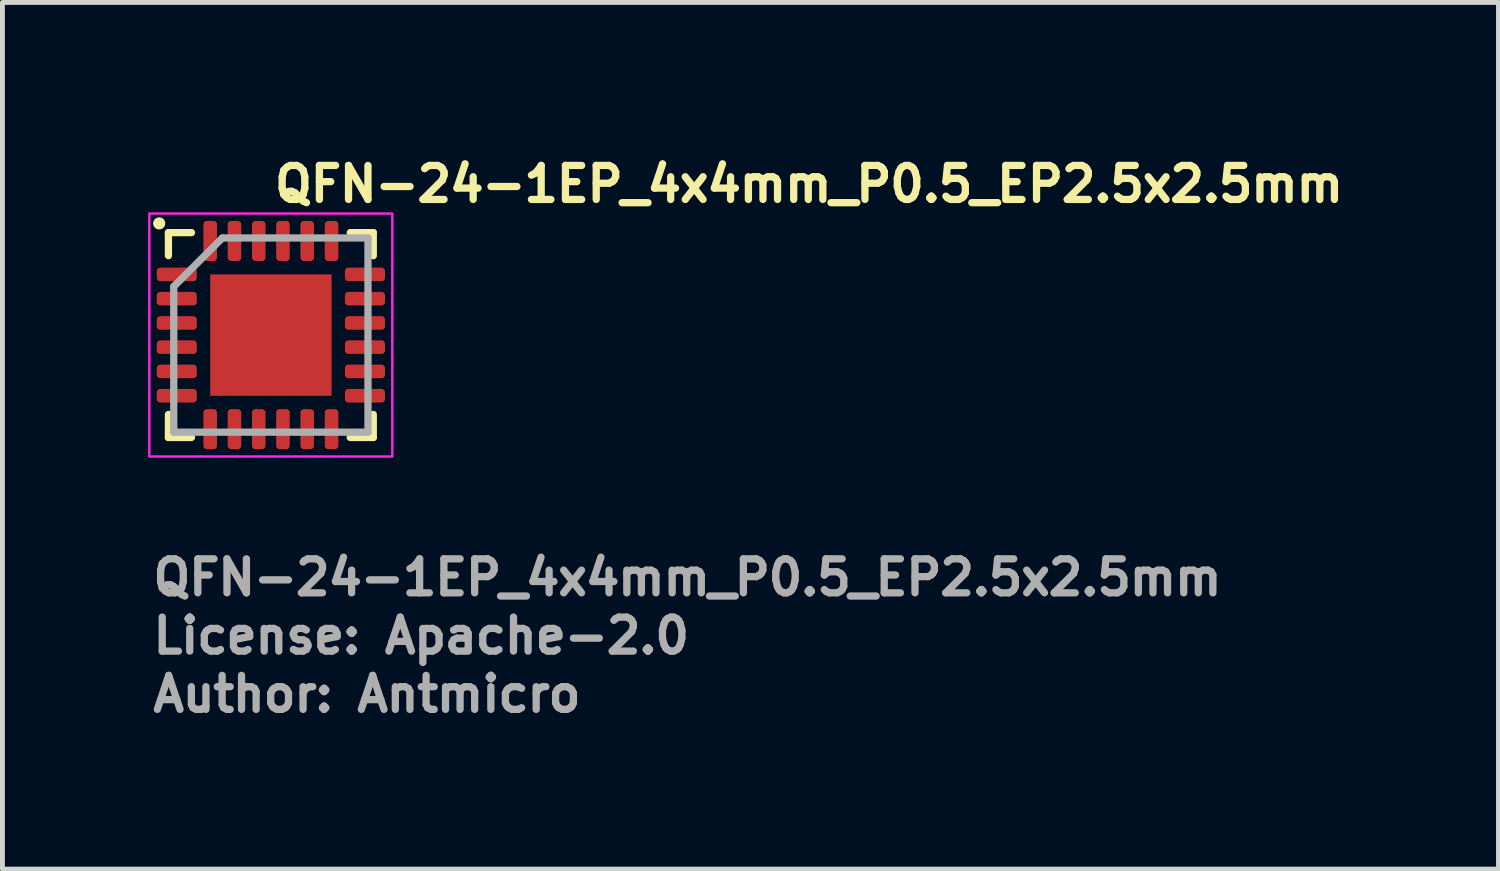
<source format=kicad_pcb>
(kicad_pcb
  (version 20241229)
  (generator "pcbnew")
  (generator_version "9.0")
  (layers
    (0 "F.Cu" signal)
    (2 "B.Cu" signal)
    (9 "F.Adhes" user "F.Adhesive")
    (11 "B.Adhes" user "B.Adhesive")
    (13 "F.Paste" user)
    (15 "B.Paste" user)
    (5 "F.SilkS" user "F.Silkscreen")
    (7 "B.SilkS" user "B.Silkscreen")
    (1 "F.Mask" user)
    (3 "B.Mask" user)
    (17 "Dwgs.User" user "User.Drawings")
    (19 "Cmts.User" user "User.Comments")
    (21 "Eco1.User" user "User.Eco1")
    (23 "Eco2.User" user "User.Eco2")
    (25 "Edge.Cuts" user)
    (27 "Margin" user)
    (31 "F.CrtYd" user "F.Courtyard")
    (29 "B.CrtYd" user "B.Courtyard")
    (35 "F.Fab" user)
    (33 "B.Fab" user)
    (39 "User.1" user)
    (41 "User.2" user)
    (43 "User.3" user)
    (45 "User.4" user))
  (footprint "QFN-24-1EP_4x4mm_P0.5_EP2.5x2.5mm"
    (layer "F.Cu")
    (at 2.528 3.85)
    (property "Reference" "QFN-24-1EP_4x4mm_P0.5_EP2.5x2.5mm" (at 0 -2.7 0) (layer "F.SilkS") (effects (font (size 0.7 0.7) (thickness 0.15)) (justify left bottom)))
    (attr smd)
    (fp_line (start -2.11 -1.636) (end -2.11 -2.11) (stroke (width 0.15) (type solid)) (layer "F.SilkS"))
    (fp_line (start -2.11 2.108) (end -2.11 1.634) (stroke (width 0.15) (type solid)) (layer "F.SilkS"))
    (fp_line (start -1.635 -2.11) (end -2.11 -2.11) (stroke (width 0.15) (type solid)) (layer "F.SilkS"))
    (fp_line (start -1.635 2.108) (end -2.11 2.108) (stroke (width 0.15) (type solid)) (layer "F.SilkS"))
    (fp_line (start 1.634 -2.11) (end 2.108 -2.11) (stroke (width 0.15) (type solid)) (layer "F.SilkS"))
    (fp_line (start 1.634 2.108) (end 2.108 2.108) (stroke (width 0.15) (type solid)) (layer "F.SilkS"))
    (fp_line (start 2.108 -2.11) (end 2.108 -1.635) (stroke (width 0.15) (type solid)) (layer "F.SilkS"))
    (fp_line (start 2.108 2.108) (end 2.108 1.634) (stroke (width 0.15) (type solid)) (layer "F.SilkS"))
    (fp_circle (center -2.3 -2.3) (end -2.25 -2.3) (stroke (width 0.15) (type solid)) (fill yes) (layer "F.SilkS"))
    (fp_rect (start -2.503 -2.503) (end 2.5 2.5) (stroke (width 0.05) (type solid)) (fill no) (layer "F.CrtYd"))
    (fp_line (start -2 -1) (end -1 -2) (stroke (width 0.15) (type solid)) (layer "F.Fab"))
    (fp_line (start -2 1.999) (end -2 -1) (stroke (width 0.15) (type solid)) (layer "F.Fab"))
    (fp_line (start -1 -2) (end 1.999 -2) (stroke (width 0.15) (type solid)) (layer "F.Fab"))
    (fp_line (start 1.999 -2) (end 1.999 1.999) (stroke (width 0.15) (type solid)) (layer "F.Fab"))
    (fp_line (start 1.999 1.999) (end -2 1.999) (stroke (width 0.15) (type solid)) (layer "F.Fab"))
    (fp_rect (start -2.003 -2.003) (end 2 2) (stroke (width 0.1) (type solid)) (fill no) (layer "User.5"))
    (fp_line (start -2 -1.364) (end -1.999 -1.364) (stroke (width 0.02) (type solid)) (layer "User.9"))
    (fp_line (start -2 -1.134) (end -2 -1.364) (stroke (width 0.02) (type solid)) (layer "User.9"))
    (fp_line (start -2 -0.863) (end -1.999 -0.863) (stroke (width 0.02) (type solid)) (layer "User.9"))
    (fp_line (start -2 -0.633) (end -2 -0.863) (stroke (width 0.02) (type solid)) (layer "User.9"))
    (fp_line (start -2 -0.363) (end -1.999 -0.363) (stroke (width 0.02) (type solid)) (layer "User.9"))
    (fp_line (start -2 -0.135) (end -2 -0.363) (stroke (width 0.02) (type solid)) (layer "User.9"))
    (fp_line (start -2 0.137) (end -1.999 0.137) (stroke (width 0.02) (type solid)) (layer "User.9"))
    (fp_line (start -2 0.365) (end -2 0.137) (stroke (width 0.02) (type solid)) (layer "User.9"))
    (fp_line (start -2 0.635) (end -1.999 0.635) (stroke (width 0.02) (type solid)) (layer "User.9"))
    (fp_line (start -2 0.865) (end -2 0.635) (stroke (width 0.02) (type solid)) (layer "User.9"))
    (fp_line (start -2 1.135) (end -1.999 1.135) (stroke (width 0.02) (type solid)) (layer "User.9"))
    (fp_line (start -2 1.365) (end -2 1.135) (stroke (width 0.02) (type solid)) (layer "User.9"))
    (fp_line (start -1.999 -1.999) (end -1.999 2) (stroke (width 0.02) (type solid)) (layer "User.9"))
    (fp_line (start -1.999 -1.134) (end -2 -1.134) (stroke (width 0.02) (type solid)) (layer "User.9"))
    (fp_line (start -1.999 -0.633) (end -2 -0.633) (stroke (width 0.02) (type solid)) (layer "User.9"))
    (fp_line (start -1.999 -0.135) (end -2 -0.135) (stroke (width 0.02) (type solid)) (layer "User.9"))
    (fp_line (start -1.999 0.365) (end -2 0.365) (stroke (width 0.02) (type solid)) (layer "User.9"))
    (fp_line (start -1.999 0.865) (end -2 0.865) (stroke (width 0.02) (type solid)) (layer "User.9"))
    (fp_line (start -1.999 1.365) (end -2 1.365) (stroke (width 0.02) (type solid)) (layer "User.9"))
    (fp_line (start -1.999 2) (end 2 2) (stroke (width 0.02) (type solid)) (layer "User.9"))
    (fp_line (start -1.6 -1.499) (end -1.598 -1.493) (stroke (width 0.02) (type solid)) (layer "User.9"))
    (fp_line (start -1.598 -1.519) (end -1.598 -1.515) (stroke (width 0.02) (type solid)) (layer "User.9"))
    (fp_line (start -1.598 -1.515) (end -1.598 -1.513) (stroke (width 0.02) (type solid)) (layer "User.9"))
    (fp_line (start -1.598 -1.513) (end -1.598 -1.509) (stroke (width 0.02) (type solid)) (layer "User.9"))
    (fp_line (start -1.598 -1.509) (end -1.598 -1.505) (stroke (width 0.02) (type solid)) (layer "User.9"))
    (fp_line (start -1.598 -1.505) (end -1.598 -1.503) (stroke (width 0.02) (type solid)) (layer "User.9"))
    (fp_line (start -1.598 -1.503) (end -1.6 -1.499) (stroke (width 0.02) (type solid)) (layer "User.9"))
    (fp_line (start -1.598 -1.493) (end -1.598 -1.485) (stroke (width 0.02) (type solid)) (layer "User.9"))
    (fp_line (start -1.598 -1.485) (end -1.598 -1.479) (stroke (width 0.02) (type solid)) (layer "User.9"))
    (fp_line (start -1.598 -1.479) (end -1.596 -1.473) (stroke (width 0.02) (type solid)) (layer "User.9"))
    (fp_line (start -1.596 -1.525) (end -1.596 -1.521) (stroke (width 0.02) (type solid)) (layer "User.9"))
    (fp_line (start -1.596 -1.521) (end -1.598 -1.519) (stroke (width 0.02) (type solid)) (layer "User.9"))
    (fp_line (start -1.596 -1.473) (end -1.594 -1.467) (stroke (width 0.02) (type solid)) (layer "User.9"))
    (fp_line (start -1.594 -1.531) (end -1.594 -1.529) (stroke (width 0.02) (type solid)) (layer "User.9"))
    (fp_line (start -1.594 -1.529) (end -1.596 -1.525) (stroke (width 0.02) (type solid)) (layer "User.9"))
    (fp_line (start -1.594 -1.467) (end -1.592 -1.461) (stroke (width 0.02) (type solid)) (layer "User.9"))
    (fp_line (start -1.592 -1.538) (end -1.592 -1.535) (stroke (width 0.02) (type solid)) (layer "User.9"))
    (fp_line (start -1.592 -1.535) (end -1.594 -1.531) (stroke (width 0.02) (type solid)) (layer "User.9"))
    (fp_line (start -1.592 -1.461) (end -1.588 -1.455) (stroke (width 0.02) (type solid)) (layer "User.9"))
    (fp_line (start -1.59 -1.54) (end -1.592 -1.538) (stroke (width 0.02) (type solid)) (layer "User.9"))
    (fp_line (start -1.588 -1.546) (end -1.588 -1.544) (stroke (width 0.02) (type solid)) (layer "User.9"))
    (fp_line (start -1.588 -1.544) (end -1.59 -1.54) (stroke (width 0.02) (type solid)) (layer "User.9"))
    (fp_line (start -1.588 -1.455) (end -1.586 -1.449) (stroke (width 0.02) (type solid)) (layer "User.9"))
    (fp_line (start -1.586 -1.55) (end -1.588 -1.546) (stroke (width 0.02) (type solid)) (layer "User.9"))
    (fp_line (start -1.586 -1.449) (end -1.582 -1.443) (stroke (width 0.02) (type solid)) (layer "User.9"))
    (fp_line (start -1.584 -1.552) (end -1.586 -1.55) (stroke (width 0.02) (type solid)) (layer "User.9"))
    (fp_line (start -1.582 -1.554) (end -1.584 -1.552) (stroke (width 0.02) (type solid)) (layer "User.9"))
    (fp_line (start -1.582 -1.443) (end -1.578 -1.439) (stroke (width 0.02) (type solid)) (layer "User.9"))
    (fp_line (start -1.58 -1.558) (end -1.582 -1.554) (stroke (width 0.02) (type solid)) (layer "User.9"))
    (fp_line (start -1.578 -1.56) (end -1.58 -1.558) (stroke (width 0.02) (type solid)) (layer "User.9"))
    (fp_line (start -1.578 -1.439) (end -1.574 -1.433) (stroke (width 0.02) (type solid)) (layer "User.9"))
    (fp_line (start -1.576 -1.562) (end -1.578 -1.56) (stroke (width 0.02) (type solid)) (layer "User.9"))
    (fp_line (start -1.574 -1.564) (end -1.576 -1.562) (stroke (width 0.02) (type solid)) (layer "User.9"))
    (fp_line (start -1.574 -1.433) (end -1.57 -1.429) (stroke (width 0.02) (type solid)) (layer "User.9"))
    (fp_line (start -1.572 -1.568) (end -1.574 -1.564) (stroke (width 0.02) (type solid)) (layer "User.9"))
    (fp_line (start -1.57 -1.57) (end -1.572 -1.568) (stroke (width 0.02) (type solid)) (layer "User.9"))
    (fp_line (start -1.57 -1.429) (end -1.566 -1.423) (stroke (width 0.02) (type solid)) (layer "User.9"))
    (fp_line (start -1.568 -1.572) (end -1.57 -1.57) (stroke (width 0.02) (type solid)) (layer "User.9"))
    (fp_line (start -1.566 -1.574) (end -1.568 -1.572) (stroke (width 0.02) (type solid)) (layer "User.9"))
    (fp_line (start -1.566 -1.423) (end -1.56 -1.419) (stroke (width 0.02) (type solid)) (layer "User.9"))
    (fp_line (start -1.562 -1.576) (end -1.566 -1.574) (stroke (width 0.02) (type solid)) (layer "User.9"))
    (fp_line (start -1.56 -1.578) (end -1.562 -1.576) (stroke (width 0.02) (type solid)) (layer "User.9"))
    (fp_line (start -1.56 -1.419) (end -1.554 -1.415) (stroke (width 0.02) (type solid)) (layer "User.9"))
    (fp_line (start -1.558 -1.58) (end -1.56 -1.578) (stroke (width 0.02) (type solid)) (layer "User.9"))
    (fp_line (start -1.554 -1.582) (end -1.558 -1.58) (stroke (width 0.02) (type solid)) (layer "User.9"))
    (fp_line (start -1.554 -1.415) (end -1.55 -1.413) (stroke (width 0.02) (type solid)) (layer "User.9"))
    (fp_line (start -1.552 -1.584) (end -1.554 -1.582) (stroke (width 0.02) (type solid)) (layer "User.9"))
    (fp_line (start -1.55 -1.586) (end -1.552 -1.584) (stroke (width 0.02) (type solid)) (layer "User.9"))
    (fp_line (start -1.55 -1.586) (end -1.55 -1.586) (stroke (width 0.02) (type solid)) (layer "User.9"))
    (fp_line (start -1.55 -1.413) (end -1.55 -1.413) (stroke (width 0.02) (type solid)) (layer "User.9"))
    (fp_line (start -1.55 -1.413) (end -1.544 -1.409) (stroke (width 0.02) (type solid)) (layer "User.9"))
    (fp_line (start -1.544 -1.588) (end -1.55 -1.586) (stroke (width 0.02) (type solid)) (layer "User.9"))
    (fp_line (start -1.544 -1.409) (end -1.538 -1.406) (stroke (width 0.02) (type solid)) (layer "User.9"))
    (fp_line (start -1.538 -1.592) (end -1.544 -1.588) (stroke (width 0.02) (type solid)) (layer "User.9"))
    (fp_line (start -1.538 -1.406) (end -1.531 -1.404) (stroke (width 0.02) (type solid)) (layer "User.9"))
    (fp_line (start -1.531 -1.594) (end -1.538 -1.592) (stroke (width 0.02) (type solid)) (layer "User.9"))
    (fp_line (start -1.531 -1.404) (end -1.525 -1.402) (stroke (width 0.02) (type solid)) (layer "User.9"))
    (fp_line (start -1.525 -1.596) (end -1.531 -1.594) (stroke (width 0.02) (type solid)) (layer "User.9"))
    (fp_line (start -1.525 -1.402) (end -1.519 -1.4) (stroke (width 0.02) (type solid)) (layer "User.9"))
    (fp_line (start -1.519 -1.598) (end -1.525 -1.596) (stroke (width 0.02) (type solid)) (layer "User.9"))
    (fp_line (start -1.519 -1.4) (end -1.511 -1.4) (stroke (width 0.02) (type solid)) (layer "User.9"))
    (fp_line (start -1.511 -1.598) (end -1.519 -1.598) (stroke (width 0.02) (type solid)) (layer "User.9"))
    (fp_line (start -1.511 -1.4) (end -1.505 -1.4) (stroke (width 0.02) (type solid)) (layer "User.9"))
    (fp_line (start -1.505 -1.598) (end -1.511 -1.598) (stroke (width 0.02) (type solid)) (layer "User.9"))
    (fp_line (start -1.505 -1.4) (end -1.499 -1.398) (stroke (width 0.02) (type solid)) (layer "User.9"))
    (fp_line (start -1.499 -1.6) (end -1.505 -1.598) (stroke (width 0.02) (type solid)) (layer "User.9"))
    (fp_line (start -1.499 -1.398) (end -1.493 -1.4) (stroke (width 0.02) (type solid)) (layer "User.9"))
    (fp_line (start -1.493 -1.598) (end -1.499 -1.6) (stroke (width 0.02) (type solid)) (layer "User.9"))
    (fp_line (start -1.493 -1.4) (end -1.487 -1.4) (stroke (width 0.02) (type solid)) (layer "User.9"))
    (fp_line (start -1.487 -1.598) (end -1.493 -1.598) (stroke (width 0.02) (type solid)) (layer "User.9"))
    (fp_line (start -1.487 -1.4) (end -1.479 -1.4) (stroke (width 0.02) (type solid)) (layer "User.9"))
    (fp_line (start -1.479 -1.598) (end -1.487 -1.598) (stroke (width 0.02) (type solid)) (layer "User.9"))
    (fp_line (start -1.479 -1.4) (end -1.473 -1.402) (stroke (width 0.02) (type solid)) (layer "User.9"))
    (fp_line (start -1.473 -1.596) (end -1.479 -1.598) (stroke (width 0.02) (type solid)) (layer "User.9"))
    (fp_line (start -1.473 -1.402) (end -1.467 -1.404) (stroke (width 0.02) (type solid)) (layer "User.9"))
    (fp_line (start -1.467 -1.594) (end -1.473 -1.596) (stroke (width 0.02) (type solid)) (layer "User.9"))
    (fp_line (start -1.467 -1.404) (end -1.461 -1.406) (stroke (width 0.02) (type solid)) (layer "User.9"))
    (fp_line (start -1.461 -1.592) (end -1.467 -1.594) (stroke (width 0.02) (type solid)) (layer "User.9"))
    (fp_line (start -1.461 -1.406) (end -1.455 -1.409) (stroke (width 0.02) (type solid)) (layer "User.9"))
    (fp_line (start -1.455 -1.588) (end -1.461 -1.592) (stroke (width 0.02) (type solid)) (layer "User.9"))
    (fp_line (start -1.455 -1.409) (end -1.449 -1.413) (stroke (width 0.02) (type solid)) (layer "User.9"))
    (fp_line (start -1.449 -1.586) (end -1.455 -1.588) (stroke (width 0.02) (type solid)) (layer "User.9"))
    (fp_line (start -1.449 -1.586) (end -1.449 -1.586) (stroke (width 0.02) (type solid)) (layer "User.9"))
    (fp_line (start -1.449 -1.413) (end -1.449 -1.413) (stroke (width 0.02) (type solid)) (layer "User.9"))
    (fp_line (start -1.449 -1.413) (end -1.447 -1.415) (stroke (width 0.02) (type solid)) (layer "User.9"))
    (fp_line (start -1.447 -1.415) (end -1.443 -1.415) (stroke (width 0.02) (type solid)) (layer "User.9"))
    (fp_line (start -1.443 -1.582) (end -1.449 -1.586) (stroke (width 0.02) (type solid)) (layer "User.9"))
    (fp_line (start -1.443 -1.415) (end -1.441 -1.417) (stroke (width 0.02) (type solid)) (layer "User.9"))
    (fp_line (start -1.441 -1.417) (end -1.437 -1.419) (stroke (width 0.02) (type solid)) (layer "User.9"))
    (fp_line (start -1.437 -1.578) (end -1.443 -1.582) (stroke (width 0.02) (type solid)) (layer "User.9"))
    (fp_line (start -1.437 -1.419) (end -1.435 -1.421) (stroke (width 0.02) (type solid)) (layer "User.9"))
    (fp_line (start -1.435 -1.421) (end -1.433 -1.423) (stroke (width 0.02) (type solid)) (layer "User.9"))
    (fp_line (start -1.433 -1.574) (end -1.437 -1.578) (stroke (width 0.02) (type solid)) (layer "User.9"))
    (fp_line (start -1.433 -1.423) (end -1.431 -1.427) (stroke (width 0.02) (type solid)) (layer "User.9"))
    (fp_line (start -1.431 -1.427) (end -1.429 -1.429) (stroke (width 0.02) (type solid)) (layer "User.9"))
    (fp_line (start -1.429 -1.57) (end -1.433 -1.574) (stroke (width 0.02) (type solid)) (layer "User.9"))
    (fp_line (start -1.429 -1.429) (end -1.425 -1.431) (stroke (width 0.02) (type solid)) (layer "User.9"))
    (fp_line (start -1.425 -1.431) (end -1.423 -1.433) (stroke (width 0.02) (type solid)) (layer "User.9"))
    (fp_line (start -1.423 -1.564) (end -1.429 -1.57) (stroke (width 0.02) (type solid)) (layer "User.9"))
    (fp_line (start -1.423 -1.433) (end -1.421 -1.435) (stroke (width 0.02) (type solid)) (layer "User.9"))
    (fp_line (start -1.421 -1.435) (end -1.419 -1.439) (stroke (width 0.02) (type solid)) (layer "User.9"))
    (fp_line (start -1.419 -1.56) (end -1.423 -1.564) (stroke (width 0.02) (type solid)) (layer "User.9"))
    (fp_line (start -1.419 -1.439) (end -1.417 -1.441) (stroke (width 0.02) (type solid)) (layer "User.9"))
    (fp_line (start -1.417 -1.441) (end -1.415 -1.443) (stroke (width 0.02) (type solid)) (layer "User.9"))
    (fp_line (start -1.415 -1.554) (end -1.419 -1.56) (stroke (width 0.02) (type solid)) (layer "User.9"))
    (fp_line (start -1.415 -1.447) (end -1.413 -1.449) (stroke (width 0.02) (type solid)) (layer "User.9"))
    (fp_line (start -1.415 -1.443) (end -1.415 -1.447) (stroke (width 0.02) (type solid)) (layer "User.9"))
    (fp_line (start -1.413 -1.55) (end -1.415 -1.554) (stroke (width 0.02) (type solid)) (layer "User.9"))
    (fp_line (start -1.413 -1.449) (end -1.411 -1.451) (stroke (width 0.02) (type solid)) (layer "User.9"))
    (fp_line (start -1.411 -1.451) (end -1.409 -1.455) (stroke (width 0.02) (type solid)) (layer "User.9"))
    (fp_line (start -1.409 -1.544) (end -1.413 -1.55) (stroke (width 0.02) (type solid)) (layer "User.9"))
    (fp_line (start -1.409 -1.455) (end -1.407 -1.457) (stroke (width 0.02) (type solid)) (layer "User.9"))
    (fp_line (start -1.407 -1.457) (end -1.406 -1.461) (stroke (width 0.02) (type solid)) (layer "User.9"))
    (fp_line (start -1.406 -1.538) (end -1.409 -1.544) (stroke (width 0.02) (type solid)) (layer "User.9"))
    (fp_line (start -1.406 -1.463) (end -1.404 -1.467) (stroke (width 0.02) (type solid)) (layer "User.9"))
    (fp_line (start -1.406 -1.461) (end -1.406 -1.463) (stroke (width 0.02) (type solid)) (layer "User.9"))
    (fp_line (start -1.404 -1.531) (end -1.406 -1.538) (stroke (width 0.02) (type solid)) (layer "User.9"))
    (fp_line (start -1.404 -1.469) (end -1.402 -1.473) (stroke (width 0.02) (type solid)) (layer "User.9"))
    (fp_line (start -1.404 -1.467) (end -1.404 -1.469) (stroke (width 0.02) (type solid)) (layer "User.9"))
    (fp_line (start -1.402 -1.525) (end -1.404 -1.531) (stroke (width 0.02) (type solid)) (layer "User.9"))
    (fp_line (start -1.402 -1.477) (end -1.4 -1.479) (stroke (width 0.02) (type solid)) (layer "User.9"))
    (fp_line (start -1.402 -1.473) (end -1.402 -1.477) (stroke (width 0.02) (type solid)) (layer "User.9"))
    (fp_line (start -1.4 -1.519) (end -1.402 -1.525) (stroke (width 0.02) (type solid)) (layer "User.9"))
    (fp_line (start -1.4 -1.513) (end -1.4 -1.519) (stroke (width 0.02) (type solid)) (layer "User.9"))
    (fp_line (start -1.4 -1.505) (end -1.4 -1.513) (stroke (width 0.02) (type solid)) (layer "User.9"))
    (fp_line (start -1.4 -1.495) (end -1.398 -1.499) (stroke (width 0.02) (type solid)) (layer "User.9"))
    (fp_line (start -1.4 -1.493) (end -1.4 -1.495) (stroke (width 0.02) (type solid)) (layer "User.9"))
    (fp_line (start -1.4 -1.489) (end -1.4 -1.493) (stroke (width 0.02) (type solid)) (layer "User.9"))
    (fp_line (start -1.4 -1.485) (end -1.4 -1.489) (stroke (width 0.02) (type solid)) (layer "User.9"))
    (fp_line (start -1.4 -1.483) (end -1.4 -1.485) (stroke (width 0.02) (type solid)) (layer "User.9"))
    (fp_line (start -1.4 -1.479) (end -1.4 -1.483) (stroke (width 0.02) (type solid)) (layer "User.9"))
    (fp_line (start -1.398 -1.499) (end -1.4 -1.505) (stroke (width 0.02) (type solid)) (layer "User.9"))
    (fp_line (start -1.364 -2) (end -1.134 -2) (stroke (width 0.02) (type solid)) (layer "User.9"))
    (fp_line (start -1.364 -1.999) (end -1.364 -2) (stroke (width 0.02) (type solid)) (layer "User.9"))
    (fp_line (start -1.364 2) (end -1.364 2.003) (stroke (width 0.02) (type solid)) (layer "User.9"))
    (fp_line (start -1.364 2.003) (end -1.134 2.003) (stroke (width 0.02) (type solid)) (layer "User.9"))
    (fp_line (start -1.134 -2) (end -1.134 -1.999) (stroke (width 0.02) (type solid)) (layer "User.9"))
    (fp_line (start -1.134 2.003) (end -1.134 2) (stroke (width 0.02) (type solid)) (layer "User.9"))
    (fp_line (start -0.863 -2) (end -0.633 -2) (stroke (width 0.02) (type solid)) (layer "User.9"))
    (fp_line (start -0.863 -1.999) (end -0.863 -2) (stroke (width 0.02) (type solid)) (layer "User.9"))
    (fp_line (start -0.863 2) (end -0.863 2.003) (stroke (width 0.02) (type solid)) (layer "User.9"))
    (fp_line (start -0.863 2.003) (end -0.633 2.003) (stroke (width 0.02) (type solid)) (layer "User.9"))
    (fp_line (start -0.633 -2) (end -0.633 -1.999) (stroke (width 0.02) (type solid)) (layer "User.9"))
    (fp_line (start -0.633 2.003) (end -0.633 2) (stroke (width 0.02) (type solid)) (layer "User.9"))
    (fp_line (start -0.363 -2) (end -0.135 -2) (stroke (width 0.02) (type solid)) (layer "User.9"))
    (fp_line (start -0.363 -1.999) (end -0.363 -2) (stroke (width 0.02) (type solid)) (layer "User.9"))
    (fp_line (start -0.363 2) (end -0.363 2.003) (stroke (width 0.02) (type solid)) (layer "User.9"))
    (fp_line (start -0.363 2.003) (end -0.135 2.003) (stroke (width 0.02) (type solid)) (layer "User.9"))
    (fp_line (start -0.135 -2) (end -0.135 -1.999) (stroke (width 0.02) (type solid)) (layer "User.9"))
    (fp_line (start -0.135 2.003) (end -0.135 2) (stroke (width 0.02) (type solid)) (layer "User.9"))
    (fp_line (start 0.137 -2) (end 0.365 -2) (stroke (width 0.02) (type solid)) (layer "User.9"))
    (fp_line (start 0.137 -1.999) (end 0.137 -2) (stroke (width 0.02) (type solid)) (layer "User.9"))
    (fp_line (start 0.137 2) (end 0.137 2.003) (stroke (width 0.02) (type solid)) (layer "User.9"))
    (fp_line (start 0.137 2.003) (end 0.365 2.003) (stroke (width 0.02) (type solid)) (layer "User.9"))
    (fp_line (start 0.365 -2) (end 0.365 -1.999) (stroke (width 0.02) (type solid)) (layer "User.9"))
    (fp_line (start 0.365 2.003) (end 0.365 2) (stroke (width 0.02) (type solid)) (layer "User.9"))
    (fp_line (start 0.635 -2) (end 0.865 -2) (stroke (width 0.02) (type solid)) (layer "User.9"))
    (fp_line (start 0.635 -1.999) (end 0.635 -2) (stroke (width 0.02) (type solid)) (layer "User.9"))
    (fp_line (start 0.635 2) (end 0.635 2.003) (stroke (width 0.02) (type solid)) (layer "User.9"))
    (fp_line (start 0.635 2.003) (end 0.865 2.003) (stroke (width 0.02) (type solid)) (layer "User.9"))
    (fp_line (start 0.865 -2) (end 0.865 -1.999) (stroke (width 0.02) (type solid)) (layer "User.9"))
    (fp_line (start 0.865 2.003) (end 0.865 2) (stroke (width 0.02) (type solid)) (layer "User.9"))
    (fp_line (start 1.135 -2) (end 1.365 -2) (stroke (width 0.02) (type solid)) (layer "User.9"))
    (fp_line (start 1.135 -1.999) (end 1.135 -2) (stroke (width 0.02) (type solid)) (layer "User.9"))
    (fp_line (start 1.135 2) (end 1.135 2.003) (stroke (width 0.02) (type solid)) (layer "User.9"))
    (fp_line (start 1.135 2.003) (end 1.365 2.003) (stroke (width 0.02) (type solid)) (layer "User.9"))
    (fp_line (start 1.365 -2) (end 1.365 -1.999) (stroke (width 0.02) (type solid)) (layer "User.9"))
    (fp_line (start 1.365 2.003) (end 1.365 2) (stroke (width 0.02) (type solid)) (layer "User.9"))
    (fp_line (start 2 -1.999) (end -1.999 -1.999) (stroke (width 0.02) (type solid)) (layer "User.9"))
    (fp_line (start 2 -1.134) (end 2.003 -1.134) (stroke (width 0.02) (type solid)) (layer "User.9"))
    (fp_line (start 2 -0.633) (end 2.003 -0.633) (stroke (width 0.02) (type solid)) (layer "User.9"))
    (fp_line (start 2 -0.135) (end 2.003 -0.135) (stroke (width 0.02) (type solid)) (layer "User.9"))
    (fp_line (start 2 0.365) (end 2.003 0.365) (stroke (width 0.02) (type solid)) (layer "User.9"))
    (fp_line (start 2 0.865) (end 2.003 0.865) (stroke (width 0.02) (type solid)) (layer "User.9"))
    (fp_line (start 2 1.365) (end 2.003 1.365) (stroke (width 0.02) (type solid)) (layer "User.9"))
    (fp_line (start 2 2) (end 2 -1.999) (stroke (width 0.02) (type solid)) (layer "User.9"))
    (fp_line (start 2.003 -1.364) (end 2 -1.364) (stroke (width 0.02) (type solid)) (layer "User.9"))
    (fp_line (start 2.003 -1.134) (end 2.003 -1.364) (stroke (width 0.02) (type solid)) (layer "User.9"))
    (fp_line (start 2.003 -0.863) (end 2 -0.863) (stroke (width 0.02) (type solid)) (layer "User.9"))
    (fp_line (start 2.003 -0.633) (end 2.003 -0.863) (stroke (width 0.02) (type solid)) (layer "User.9"))
    (fp_line (start 2.003 -0.363) (end 2 -0.363) (stroke (width 0.02) (type solid)) (layer "User.9"))
    (fp_line (start 2.003 -0.135) (end 2.003 -0.363) (stroke (width 0.02) (type solid)) (layer "User.9"))
    (fp_line (start 2.003 0.137) (end 2 0.137) (stroke (width 0.02) (type solid)) (layer "User.9"))
    (fp_line (start 2.003 0.365) (end 2.003 0.137) (stroke (width 0.02) (type solid)) (layer "User.9"))
    (fp_line (start 2.003 0.635) (end 2 0.635) (stroke (width 0.02) (type solid)) (layer "User.9"))
    (fp_line (start 2.003 0.865) (end 2.003 0.635) (stroke (width 0.02) (type solid)) (layer "User.9"))
    (fp_line (start 2.003 1.135) (end 2 1.135) (stroke (width 0.02) (type solid)) (layer "User.9"))
    (fp_line (start 2.003 1.365) (end 2.003 1.135) (stroke (width 0.02) (type solid)) (layer "User.9"))
    (fp_text user "${REFERENCE}" (at -2.503 5.4 0) (layer "F.Fab") (effects (font (size 0.7 0.7) (thickness 0.15)) (justify left bottom)))
    (fp_text user "License: Apache-2.0" (at -2.503 6.6 0) (layer "F.Fab") (effects (font (size 0.7 0.7) (thickness 0.15)) (justify left bottom)))
    (fp_text user "Author: Antmicro" (at -2.503 7.8 0) (layer "F.Fab") (effects (font (size 0.7 0.7) (thickness 0.15)) (justify left bottom)))
    (pad "" smd roundrect (at -0.5 -0.5) (size 0.8 0.8) (layers "F.Paste") (roundrect_rratio 0.238))
    (pad "" smd roundrect (at -0.5 0.5) (size 0.8 0.8) (layers "F.Paste") (roundrect_rratio 0.238))
    (pad "" smd roundrect (at 0.5 -0.5) (size 0.8 0.8) (layers "F.Paste") (roundrect_rratio 0.238))
    (pad "" smd roundrect (at 0.5 0.5) (size 0.8 0.8) (layers "F.Paste") (roundrect_rratio 0.238))
    (pad "1" smd roundrect (at -1.938 -1.25) (size 0.825 0.28) (layers "F.Cu" "F.Mask" "F.Paste") (roundrect_rratio 0.25))
    (pad "2" smd roundrect (at -1.938 -0.75) (size 0.825 0.28) (layers "F.Cu" "F.Mask" "F.Paste") (roundrect_rratio 0.25))
    (pad "3" smd roundrect (at -1.938 -0.25) (size 0.825 0.28) (layers "F.Cu" "F.Mask" "F.Paste") (roundrect_rratio 0.25))
    (pad "4" smd roundrect (at -1.938 0.248) (size 0.825 0.28) (layers "F.Cu" "F.Mask" "F.Paste") (roundrect_rratio 0.25))
    (pad "5" smd roundrect (at -1.938 0.748) (size 0.825 0.28) (layers "F.Cu" "F.Mask" "F.Paste") (roundrect_rratio 0.25))
    (pad "6" smd roundrect (at -1.938 1.249) (size 0.825 0.28) (layers "F.Cu" "F.Mask" "F.Paste") (roundrect_rratio 0.25))
    (pad "7" smd roundrect (at -1.25 1.937) (size 0.28 0.825) (layers "F.Cu" "F.Mask" "F.Paste") (roundrect_rratio 0.25))
    (pad "8" smd roundrect (at -0.75 1.937) (size 0.28 0.825) (layers "F.Cu" "F.Mask" "F.Paste") (roundrect_rratio 0.25))
    (pad "9" smd roundrect (at -0.25 1.937) (size 0.28 0.825) (layers "F.Cu" "F.Mask" "F.Paste") (roundrect_rratio 0.25))
    (pad "10" smd roundrect (at 0.248 1.937) (size 0.28 0.825) (layers "F.Cu" "F.Mask" "F.Paste") (roundrect_rratio 0.25))
    (pad "11" smd roundrect (at 0.748 1.937) (size 0.28 0.825) (layers "F.Cu" "F.Mask" "F.Paste") (roundrect_rratio 0.25))
    (pad "12" smd roundrect (at 1.249 1.937) (size 0.28 0.825) (layers "F.Cu" "F.Mask" "F.Paste") (roundrect_rratio 0.25))
    (pad "13" smd roundrect (at 1.937 1.249) (size 0.825 0.28) (layers "F.Cu" "F.Mask" "F.Paste") (roundrect_rratio 0.25))
    (pad "14" smd roundrect (at 1.937 0.748) (size 0.825 0.28) (layers "F.Cu" "F.Mask" "F.Paste") (roundrect_rratio 0.25))
    (pad "15" smd roundrect (at 1.937 0.248) (size 0.825 0.28) (layers "F.Cu" "F.Mask" "F.Paste") (roundrect_rratio 0.25))
    (pad "16" smd roundrect (at 1.937 -0.25) (size 0.825 0.28) (layers "F.Cu" "F.Mask" "F.Paste") (roundrect_rratio 0.25))
    (pad "17" smd roundrect (at 1.937 -0.75) (size 0.825 0.28) (layers "F.Cu" "F.Mask" "F.Paste") (roundrect_rratio 0.25))
    (pad "18" smd roundrect (at 1.937 -1.25) (size 0.825 0.28) (layers "F.Cu" "F.Mask" "F.Paste") (roundrect_rratio 0.25))
    (pad "19" smd roundrect (at 1.249 -1.938) (size 0.28 0.825) (layers "F.Cu" "F.Mask" "F.Paste") (roundrect_rratio 0.25))
    (pad "20" smd roundrect (at 0.748 -1.938) (size 0.28 0.825) (layers "F.Cu" "F.Mask" "F.Paste") (roundrect_rratio 0.25))
    (pad "21" smd roundrect (at 0.248 -1.938) (size 0.28 0.825) (layers "F.Cu" "F.Mask" "F.Paste") (roundrect_rratio 0.25))
    (pad "22" smd roundrect (at -0.25 -1.938) (size 0.28 0.825) (layers "F.Cu" "F.Mask" "F.Paste") (roundrect_rratio 0.25))
    (pad "23" smd roundrect (at -0.75 -1.938) (size 0.28 0.825) (layers "F.Cu" "F.Mask" "F.Paste") (roundrect_rratio 0.25))
    (pad "24" smd roundrect (at -1.25 -1.938) (size 0.28 0.825) (layers "F.Cu" "F.Mask" "F.Paste") (roundrect_rratio 0.25))
    (pad "25" smd rect (at 0 0) (size 2.5 2.5) (layers "F.Cu" "F.Mask")))
  (gr_rect
    (start -3 -3)
    (end 27.805 14.845)
    (stroke (width 0.1) (type default))
    (fill no)
    (layer "Edge.Cuts")))
</source>
